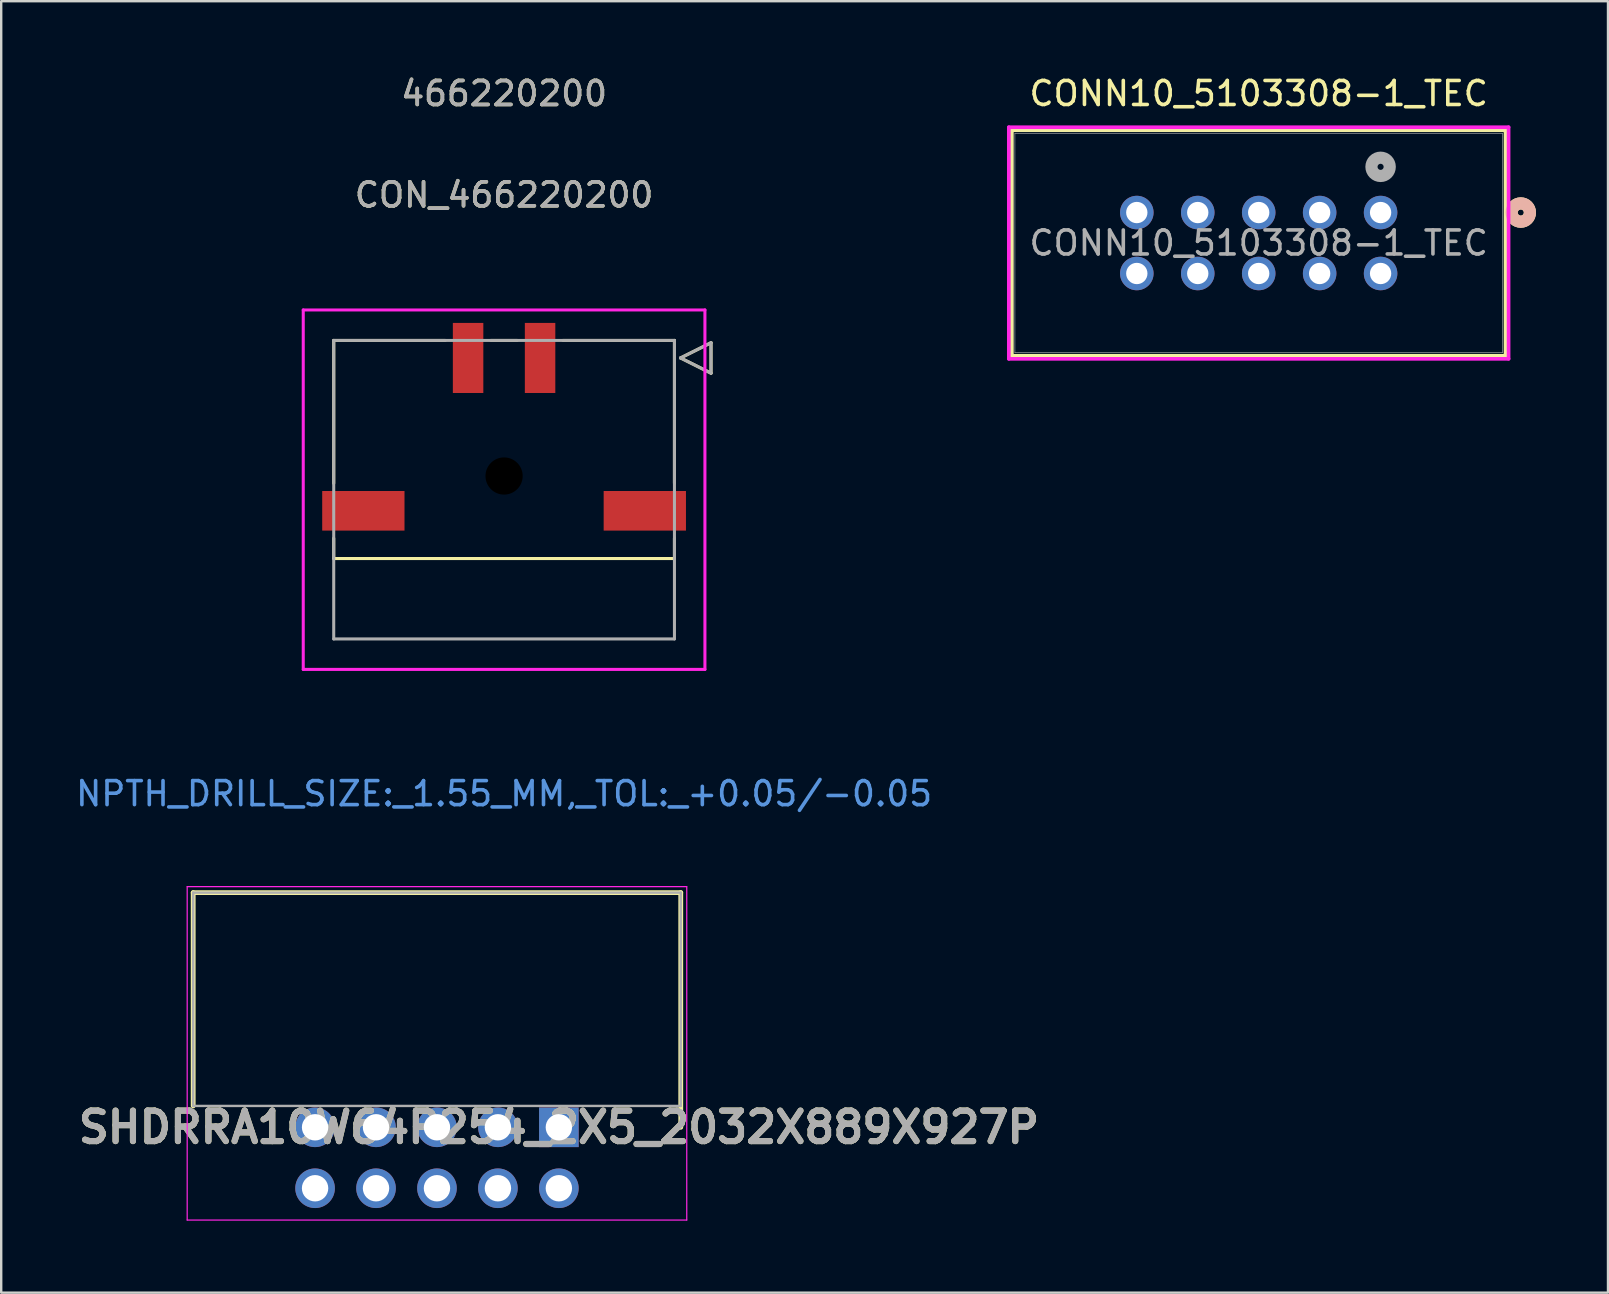
<source format=kicad_pcb>
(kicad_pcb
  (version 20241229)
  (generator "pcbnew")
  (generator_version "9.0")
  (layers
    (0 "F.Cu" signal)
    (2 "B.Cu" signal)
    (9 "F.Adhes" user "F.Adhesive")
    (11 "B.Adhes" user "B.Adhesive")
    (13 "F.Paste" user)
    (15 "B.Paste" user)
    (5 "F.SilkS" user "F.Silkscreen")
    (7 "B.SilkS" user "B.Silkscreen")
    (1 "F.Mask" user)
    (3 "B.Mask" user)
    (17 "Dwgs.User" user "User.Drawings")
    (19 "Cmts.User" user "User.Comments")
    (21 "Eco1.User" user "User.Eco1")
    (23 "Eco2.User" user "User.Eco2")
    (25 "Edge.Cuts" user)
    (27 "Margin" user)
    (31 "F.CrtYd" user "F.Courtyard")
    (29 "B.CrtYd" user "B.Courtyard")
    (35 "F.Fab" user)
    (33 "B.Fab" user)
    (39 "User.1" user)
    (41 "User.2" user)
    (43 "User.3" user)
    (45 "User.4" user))
  (footprint "CONN10_5103308-1_TEC"
    (layer "F.Cu")
    (at 44.327 8.348)
    (property "Reference" "CONN10_5103308-1_TEC" (at 5.08 -7.5 0) (unlocked yes) (layer "F.SilkS") (effects (font (size 1 1) (thickness 0.15))))
    (attr through_hole)
    (fp_line (start -5.207 -5.969) (end -5.207 3.429) (stroke (width 0.152) (type solid)) (layer "F.SilkS"))
    (fp_line (start -5.207 3.429) (end 15.367 3.429) (stroke (width 0.152) (type solid)) (layer "F.SilkS"))
    (fp_line (start 15.367 -5.969) (end -5.207 -5.969) (stroke (width 0.152) (type solid)) (layer "F.SilkS"))
    (fp_line (start 15.367 3.429) (end 15.367 -5.969) (stroke (width 0.152) (type solid)) (layer "F.SilkS"))
    (fp_circle (center 16.002 -2.54) (end 16.383 -2.54) (stroke (width 0.508) (type solid)) (fill no) (layer "F.SilkS"))
    (fp_circle (center 16.002 -2.54) (end 16.383 -2.54) (stroke (width 0.508) (type solid)) (fill no) (layer "B.SilkS"))
    (fp_line (start -5.334 -6.096) (end -5.334 3.556) (stroke (width 0.152) (type solid)) (layer "F.CrtYd"))
    (fp_line (start -5.334 3.556) (end 15.494 3.556) (stroke (width 0.152) (type solid)) (layer "F.CrtYd"))
    (fp_line (start 15.494 -6.096) (end -5.334 -6.096) (stroke (width 0.152) (type solid)) (layer "F.CrtYd"))
    (fp_line (start 15.494 3.556) (end 15.494 -6.096) (stroke (width 0.152) (type solid)) (layer "F.CrtYd"))
    (fp_line (start -5.08 -5.842) (end -5.08 3.302) (stroke (width 0.025) (type solid)) (layer "F.Fab"))
    (fp_line (start -5.08 3.302) (end 15.24 3.302) (stroke (width 0.025) (type solid)) (layer "F.Fab"))
    (fp_line (start 15.24 -5.842) (end -5.08 -5.842) (stroke (width 0.025) (type solid)) (layer "F.Fab"))
    (fp_line (start 15.24 3.302) (end 15.24 -5.842) (stroke (width 0.025) (type solid)) (layer "F.Fab"))
    (fp_circle (center 10.16 -4.445) (end 10.541 -4.445) (stroke (width 0.508) (type solid)) (fill no) (layer "F.Fab"))
    (fp_text user "${REFERENCE}" (at 5.08 -1.27 0) (unlocked yes) (layer "F.Fab") (effects (font (size 1 1) (thickness 0.15))))
    (pad "1" thru_hole circle (at 10.16 -2.54) (size 1.397 1.397) (drill 0.889) (layers "*.Cu" "*.Mask"))
    (pad "2" thru_hole circle (at 10.16 0) (size 1.397 1.397) (drill 0.889) (layers "*.Cu" "*.Mask"))
    (pad "3" thru_hole circle (at 7.62 -2.54) (size 1.397 1.397) (drill 0.889) (layers "*.Cu" "*.Mask"))
    (pad "4" thru_hole circle (at 7.62 0) (size 1.397 1.397) (drill 0.889) (layers "*.Cu" "*.Mask"))
    (pad "5" thru_hole circle (at 5.08 -2.54) (size 1.397 1.397) (drill 0.889) (layers "*.Cu" "*.Mask"))
    (pad "6" thru_hole circle (at 5.08 0) (size 1.397 1.397) (drill 0.889) (layers "*.Cu" "*.Mask"))
    (pad "7" thru_hole circle (at 2.54 -2.54) (size 1.397 1.397) (drill 0.889) (layers "*.Cu" "*.Mask"))
    (pad "8" thru_hole circle (at 2.54 0) (size 1.397 1.397) (drill 0.889) (layers "*.Cu" "*.Mask"))
    (pad "9" thru_hole circle (at 0 -2.54) (size 1.397 1.397) (drill 0.889) (layers "*.Cu" "*.Mask"))
    (pad "10" thru_hole circle (at 0 0) (size 1.397 1.397) (drill 0.889) (layers "*.Cu" "*.Mask")))
  (footprint "CON_466220200"
    (layer "F.Cu")
    (at 17.958 17.773)
    (property "Reference" "CON_466220200" (at 0 -12.7 0) (unlocked yes) (layer "F.SilkS") (effects (font (size 1 1) (thickness 0.15))))
    (attr smd)
    (fp_line (start -7.1 -6.635) (end -7.1 -0.68) (stroke (width 0.127) (type solid)) (layer "F.SilkS"))
    (fp_line (start -7.1 1.61) (end -7.1 2.455) (stroke (width 0.127) (type solid)) (layer "F.SilkS"))
    (fp_line (start -7.1 2.455) (end 7.1 2.455) (stroke (width 0.127) (type solid)) (layer "F.SilkS"))
    (fp_line (start -2.455 -6.635) (end -7.1 -6.635) (stroke (width 0.127) (type solid)) (layer "F.SilkS"))
    (fp_line (start 0.545 -6.635) (end -0.545 -6.635) (stroke (width 0.127) (type solid)) (layer "F.SilkS"))
    (fp_line (start 7.1 -6.635) (end 2.455 -6.635) (stroke (width 0.127) (type solid)) (layer "F.SilkS"))
    (fp_line (start 7.1 -0.68) (end 7.1 -6.635) (stroke (width 0.127) (type solid)) (layer "F.SilkS"))
    (fp_line (start 7.1 2.455) (end 7.1 1.61) (stroke (width 0.127) (type solid)) (layer "F.SilkS"))
    (fp_line (start 7.354 -5.905) (end 8.624 -6.54) (stroke (width 0.127) (type solid)) (layer "F.SilkS"))
    (fp_line (start 8.624 -6.54) (end 8.624 -5.27) (stroke (width 0.127) (type solid)) (layer "F.SilkS"))
    (fp_line (start 8.624 -5.27) (end 7.354 -5.905) (stroke (width 0.127) (type solid)) (layer "F.SilkS"))
    (fp_line (start -8.37 -7.905) (end -8.37 7.075) (stroke (width 0.127) (type solid)) (layer "F.CrtYd"))
    (fp_line (start -8.37 7.075) (end 8.37 7.075) (stroke (width 0.127) (type solid)) (layer "F.CrtYd"))
    (fp_line (start 8.37 -7.905) (end -8.37 -7.905) (stroke (width 0.127) (type solid)) (layer "F.CrtYd"))
    (fp_line (start 8.37 7.075) (end 8.37 -7.905) (stroke (width 0.127) (type solid)) (layer "F.CrtYd"))
    (fp_line (start -7.1 -6.635) (end -7.1 5.805) (stroke (width 0.127) (type solid)) (layer "F.Fab"))
    (fp_line (start -7.1 5.805) (end 7.1 5.805) (stroke (width 0.127) (type solid)) (layer "F.Fab"))
    (fp_line (start 7.1 -6.635) (end -7.1 -6.635) (stroke (width 0.127) (type solid)) (layer "F.Fab"))
    (fp_line (start 7.1 5.805) (end 7.1 -6.635) (stroke (width 0.127) (type solid)) (layer "F.Fab"))
    (fp_line (start 7.354 -5.905) (end 8.624 -6.54) (stroke (width 0.127) (type solid)) (layer "F.Fab"))
    (fp_line (start 8.624 -6.54) (end 8.624 -5.27) (stroke (width 0.127) (type solid)) (layer "F.Fab"))
    (fp_line (start 8.624 -5.27) (end 7.354 -5.905) (stroke (width 0.127) (type solid)) (layer "F.Fab"))
    (fp_text user "466220200" (at 0 -16.925 0) (unlocked yes) (layer "F.SilkS") (effects (font (size 1 1) (thickness 0.15))))
    (fp_text user "NPTH_DRILL_SIZE:_1.55_MM,_TOL:_+0.05/-0.05" (at 0 12.255 0) (unlocked yes) (layer "Cmts.User") (effects (font (size 1 1) (thickness 0.15))))
    (fp_text user "${REFERENCE}" (at 0 -12.7 0) (unlocked yes) (layer "F.Fab") (effects (font (size 1 1) (thickness 0.15))))
    (fp_text user "466220200" (at 0 -16.925 0) (unlocked yes) (layer "F.Fab") (effects (font (size 1 1) (thickness 0.15))))
    (pad "" np_thru_hole circle (at 0 -0.985) (size 1.55 1.55) (drill 1.55) (layers))
    (pad "1" smd rect (at 1.5 -5.905) (size 1.27 2.92) (layers "F.Cu" "F.Mask" "F.Paste"))
    (pad "2" smd rect (at -1.5 -5.905) (size 1.27 2.92) (layers "F.Cu" "F.Mask" "F.Paste"))
    (pad "P1" smd rect (at 5.865 0.465) (size 3.43 1.65) (layers "F.Cu" "F.Mask" "F.Paste"))
    (pad "P2" smd rect (at -5.865 0.465) (size 3.43 1.65) (layers "F.Cu" "F.Mask" "F.Paste")))
  (footprint "SHDRRA10W64P254_2X5_2032X889X927P"
    (layer "F.Cu")
    (at 20.241 43.931)
    (property "Reference" "SHDRRA10W64P254_2X5_2032X889X927P" (at 0 0 0) (layer "F.SilkS") (effects (font (size 1.27 1.27) (thickness 0.254))))
    (attr through_hole)
    (fp_line (start -15.24 -9.78) (end -15.24 -0.89) (stroke (width 0.2) (type solid)) (layer "F.SilkS"))
    (fp_line (start 5.08 -9.78) (end -15.24 -9.78) (stroke (width 0.2) (type solid)) (layer "F.SilkS"))
    (fp_line (start 5.08 0) (end 5.08 -9.78) (stroke (width 0.2) (type solid)) (layer "F.SilkS"))
    (fp_line (start -15.49 -10.03) (end 5.33 -10.03) (stroke (width 0.05) (type solid)) (layer "F.CrtYd"))
    (fp_line (start -15.49 3.865) (end -15.49 -10.03) (stroke (width 0.05) (type solid)) (layer "F.CrtYd"))
    (fp_line (start 5.33 -10.03) (end 5.33 3.865) (stroke (width 0.05) (type solid)) (layer "F.CrtYd"))
    (fp_line (start 5.33 3.865) (end -15.49 3.865) (stroke (width 0.05) (type solid)) (layer "F.CrtYd"))
    (fp_line (start -15.24 -9.78) (end 5.08 -9.78) (stroke (width 0.1) (type solid)) (layer "F.Fab"))
    (fp_line (start -15.24 -0.89) (end -15.24 -9.78) (stroke (width 0.1) (type solid)) (layer "F.Fab"))
    (fp_line (start 5.08 -9.78) (end 5.08 -0.89) (stroke (width 0.1) (type solid)) (layer "F.Fab"))
    (fp_line (start 5.08 -0.89) (end -15.24 -0.89) (stroke (width 0.1) (type solid)) (layer "F.Fab"))
    (fp_text user "${REFERENCE}" (at 0 0 0) (layer "F.Fab") (effects (font (size 1.27 1.27) (thickness 0.254))))
    (pad "1" thru_hole rect (at 0 0) (size 1.65 1.65) (drill 1.1) (layers "*.Cu" "*.Mask"))
    (pad "2" thru_hole circle (at 0 2.54) (size 1.65 1.65) (drill 1.1) (layers "*.Cu" "*.Mask"))
    (pad "3" thru_hole circle (at -2.54 0) (size 1.65 1.65) (drill 1.1) (layers "*.Cu" "*.Mask"))
    (pad "4" thru_hole circle (at -2.54 2.54) (size 1.65 1.65) (drill 1.1) (layers "*.Cu" "*.Mask"))
    (pad "5" thru_hole circle (at -5.08 0) (size 1.65 1.65) (drill 1.1) (layers "*.Cu" "*.Mask"))
    (pad "6" thru_hole circle (at -5.08 2.54) (size 1.65 1.65) (drill 1.1) (layers "*.Cu" "*.Mask"))
    (pad "7" thru_hole circle (at -7.62 0) (size 1.65 1.65) (drill 1.1) (layers "*.Cu" "*.Mask"))
    (pad "8" thru_hole circle (at -7.62 2.54) (size 1.65 1.65) (drill 1.1) (layers "*.Cu" "*.Mask"))
    (pad "9" thru_hole circle (at -10.16 0) (size 1.65 1.65) (drill 1.1) (layers "*.Cu" "*.Mask"))
    (pad "10" thru_hole circle (at -10.16 2.54) (size 1.65 1.65) (drill 1.1) (layers "*.Cu" "*.Mask")))
  (gr_rect
    (start -3 -3)
    (end 63.964 50.822)
    (stroke (width 0.1) (type default))
    (fill no)
    (layer "Edge.Cuts")))
</source>
